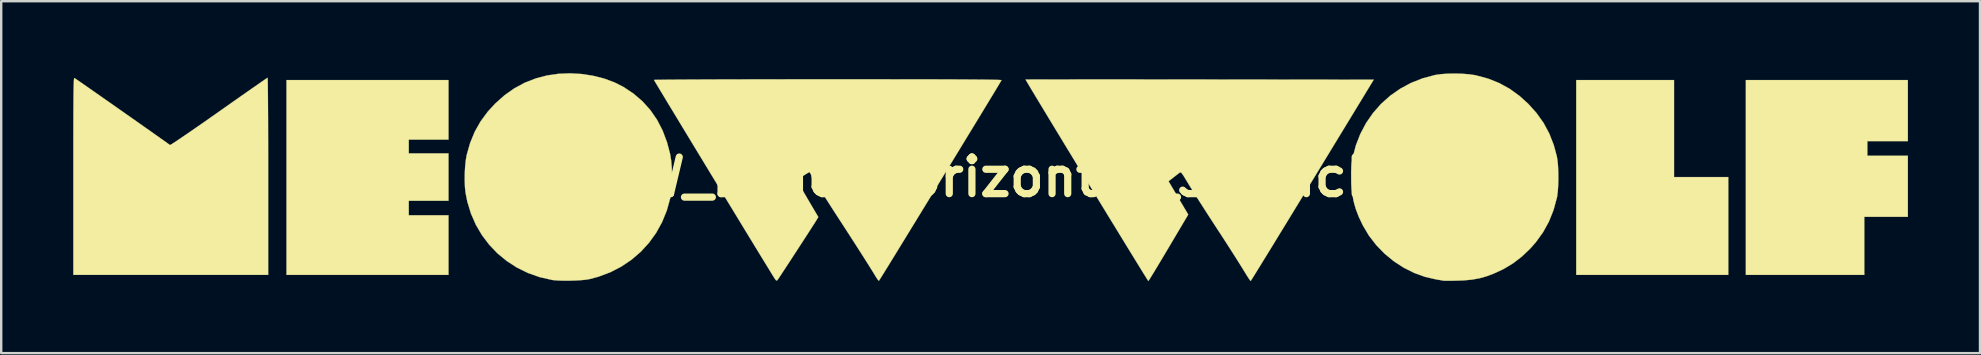
<source format=kicad_pcb>
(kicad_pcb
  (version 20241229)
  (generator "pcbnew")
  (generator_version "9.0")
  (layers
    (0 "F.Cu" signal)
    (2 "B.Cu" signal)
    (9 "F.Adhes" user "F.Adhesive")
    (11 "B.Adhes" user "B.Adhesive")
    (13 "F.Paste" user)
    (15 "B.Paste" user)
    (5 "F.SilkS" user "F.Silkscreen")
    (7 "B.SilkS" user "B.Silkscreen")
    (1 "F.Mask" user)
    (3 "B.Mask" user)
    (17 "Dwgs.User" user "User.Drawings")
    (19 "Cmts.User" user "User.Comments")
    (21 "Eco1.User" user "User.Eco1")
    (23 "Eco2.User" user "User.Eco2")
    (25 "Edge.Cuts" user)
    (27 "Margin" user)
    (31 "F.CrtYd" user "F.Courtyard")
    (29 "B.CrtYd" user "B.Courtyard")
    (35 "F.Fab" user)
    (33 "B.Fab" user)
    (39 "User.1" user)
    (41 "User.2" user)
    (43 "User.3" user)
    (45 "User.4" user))
  (footprint "MW_Logo_Horizontal_3.0inch"
    (layer "F.Cu")
    (at 38.2 4.327)
    (property "Reference" "MW_Logo_Horizontal_3.0inch" (at 0 0 0) (layer "F.SilkS") (effects (font (size 1.524 1.524) (thickness 0.3))))
    (attr through_hole)
    (fp_poly (pts (xy 28.487 0) (xy 30.747 0) (xy 30.747 4.074) (xy 24.413 4.074) (xy 24.413 -4.042) (xy 28.487 -4.042) (xy 28.487 0)) (stroke (width 0.01) (type solid)) (fill yes) (layer "F.SilkS"))
    (fp_poly (pts (xy 38.227 -1.496) (xy 36.54 -1.496) (xy 36.54 -0.891) (xy 38.227 -0.891) (xy 38.227 1.655) (xy 36.413 1.655) (xy 36.413 4.074) (xy 31.479 4.074) (xy 31.479 -4.042) (xy 38.227 -4.042) (xy 38.227 -1.496)) (stroke (width 0.01) (type solid)) (fill yes) (layer "F.SilkS"))
    (fp_poly (pts (xy -22.567 -1.56) (xy -24.222 -1.56) (xy -24.222 -0.987) (xy -22.567 -0.987) (xy -22.567 0.987) (xy -24.222 0.987) (xy -24.222 1.591) (xy -22.567 1.591) (xy -22.567 4.074) (xy -29.315 4.074) (xy -29.315 -4.042) (xy -22.567 -4.042) (xy -22.567 -1.56)) (stroke (width 0.01) (type solid)) (fill yes) (layer "F.SilkS"))
    (fp_poly (pts (xy -17.017 -4.294) (xy -16.537 -4.22) (xy -16.076 -4.102) (xy -15.644 -3.941) (xy -15.282 -3.758) (xy -14.859 -3.477) (xy -14.484 -3.154) (xy -14.157 -2.791) (xy -13.878 -2.386) (xy -13.647 -1.94) (xy -13.463 -1.45) (xy -13.333 -0.955) (xy -13.292 -0.701) (xy -13.267 -0.406) (xy -13.256 -0.09) (xy -13.26 0.229) (xy -13.28 0.532) (xy -13.315 0.798) (xy -13.331 0.883) (xy -13.473 1.394) (xy -13.669 1.875) (xy -13.917 2.324) (xy -14.214 2.736) (xy -14.555 3.109) (xy -14.94 3.44) (xy -15.363 3.726) (xy -15.823 3.963) (xy -16.316 4.149) (xy -16.695 4.25) (xy -16.846 4.275) (xy -17.045 4.294) (xy -17.274 4.308) (xy -17.517 4.315) (xy -17.758 4.316) (xy -17.98 4.309) (xy -18.168 4.296) (xy -18.254 4.284) (xy -18.77 4.167) (xy -19.258 3.994) (xy -19.716 3.77) (xy -20.139 3.496) (xy -20.526 3.178) (xy -20.871 2.817) (xy -21.173 2.418) (xy -21.428 1.984) (xy -21.632 1.517) (xy -21.783 1.022) (xy -21.856 0.653) (xy -21.881 0.421) (xy -21.892 0.152) (xy -21.89 -0.136) (xy -21.875 -0.422) (xy -21.849 -0.686) (xy -21.811 -0.908) (xy -21.808 -0.923) (xy -21.664 -1.426) (xy -21.473 -1.89) (xy -21.23 -2.32) (xy -20.933 -2.723) (xy -20.628 -3.056) (xy -20.234 -3.408) (xy -19.819 -3.701) (xy -19.378 -3.937) (xy -18.91 -4.117) (xy -18.454 -4.235) (xy -17.986 -4.303) (xy -17.504 -4.322) (xy -17.017 -4.294)) (stroke (width 0.01) (type solid)) (fill yes) (layer "F.SilkS"))
    (fp_poly (pts (xy -30.1 -4.107) (xy -30.097 -4.016) (xy -30.094 -3.868) (xy -30.092 -3.669) (xy -30.089 -3.42) (xy -30.087 -3.127) (xy -30.085 -2.793) (xy -30.083 -2.421) (xy -30.082 -2.016) (xy -30.081 -1.58) (xy -30.08 -1.119) (xy -30.079 -0.635) (xy -30.079 -0.132) (xy -30.079 -0.032) (xy -30.079 4.074) (xy -38.195 4.074) (xy -38.195 -0.035) (xy -38.195 -0.637) (xy -38.195 -1.179) (xy -38.195 -1.663) (xy -38.194 -2.093) (xy -38.193 -2.471) (xy -38.192 -2.801) (xy -38.19 -3.086) (xy -38.188 -3.329) (xy -38.186 -3.533) (xy -38.183 -3.7) (xy -38.18 -3.835) (xy -38.176 -3.94) (xy -38.172 -4.019) (xy -38.167 -4.074) (xy -38.162 -4.108) (xy -38.156 -4.124) (xy -38.15 -4.127) (xy -38.119 -4.107) (xy -38.042 -4.054) (xy -37.922 -3.972) (xy -37.766 -3.863) (xy -37.576 -3.731) (xy -37.36 -3.58) (xy -37.121 -3.413) (xy -36.864 -3.233) (xy -36.594 -3.044) (xy -36.317 -2.85) (xy -36.037 -2.654) (xy -35.759 -2.459) (xy -35.489 -2.269) (xy -35.23 -2.086) (xy -34.988 -1.916) (xy -34.768 -1.761) (xy -34.574 -1.624) (xy -34.412 -1.51) (xy -34.287 -1.42) (xy -34.203 -1.36) (xy -34.169 -1.335) (xy -34.138 -1.349) (xy -34.06 -1.397) (xy -33.936 -1.477) (xy -33.773 -1.587) (xy -33.572 -1.723) (xy -33.338 -1.883) (xy -33.075 -2.065) (xy -32.786 -2.265) (xy -32.475 -2.483) (xy -32.146 -2.714) (xy -32.132 -2.724) (xy -31.813 -2.948) (xy -31.51 -3.162) (xy -31.225 -3.361) (xy -30.964 -3.544) (xy -30.73 -3.708) (xy -30.526 -3.849) (xy -30.358 -3.966) (xy -30.229 -4.054) (xy -30.143 -4.112) (xy -30.105 -4.137) (xy -30.103 -4.138) (xy -30.1 -4.107)) (stroke (width 0.01) (type solid)) (fill yes) (layer "F.SilkS"))
    (fp_poly (pts (xy 19.64 -4.306) (xy 19.923 -4.285) (xy 20.171 -4.251) (xy 20.235 -4.238) (xy 20.739 -4.102) (xy 21.206 -3.916) (xy 21.641 -3.677) (xy 22.05 -3.381) (xy 22.41 -3.056) (xy 22.759 -2.668) (xy 23.052 -2.256) (xy 23.29 -1.814) (xy 23.476 -1.338) (xy 23.606 -0.858) (xy 23.635 -0.675) (xy 23.655 -0.446) (xy 23.666 -0.188) (xy 23.668 0.082) (xy 23.661 0.347) (xy 23.645 0.591) (xy 23.62 0.795) (xy 23.607 0.859) (xy 23.467 1.374) (xy 23.275 1.854) (xy 23.029 2.3) (xy 22.728 2.717) (xy 22.493 2.982) (xy 22.144 3.314) (xy 21.783 3.591) (xy 21.399 3.822) (xy 21.31 3.867) (xy 20.981 4.018) (xy 20.678 4.133) (xy 20.38 4.216) (xy 20.071 4.271) (xy 19.732 4.303) (xy 19.464 4.313) (xy 19.282 4.317) (xy 19.12 4.318) (xy 18.99 4.318) (xy 18.904 4.317) (xy 18.875 4.314) (xy 18.822 4.304) (xy 18.725 4.287) (xy 18.605 4.267) (xy 18.588 4.265) (xy 18.118 4.158) (xy 17.661 3.992) (xy 17.222 3.772) (xy 16.809 3.503) (xy 16.426 3.188) (xy 16.081 2.833) (xy 15.779 2.441) (xy 15.527 2.019) (xy 15.52 2.005) (xy 15.351 1.649) (xy 15.224 1.316) (xy 15.134 0.988) (xy 15.077 0.647) (xy 15.048 0.276) (xy 15.043 0.016) (xy 15.045 -0.248) (xy 15.054 -0.464) (xy 15.071 -0.643) (xy 15.097 -0.802) (xy 15.098 -0.807) (xy 15.232 -1.32) (xy 15.421 -1.804) (xy 15.661 -2.256) (xy 15.95 -2.673) (xy 16.285 -3.052) (xy 16.661 -3.388) (xy 17.077 -3.679) (xy 17.527 -3.922) (xy 18.01 -4.113) (xy 18.522 -4.25) (xy 18.546 -4.255) (xy 18.775 -4.288) (xy 19.047 -4.307) (xy 19.342 -4.313) (xy 19.64 -4.306)) (stroke (width 0.01) (type solid)) (fill yes) (layer "F.SilkS"))
    (fp_poly (pts (xy 5.255 -4.069) (xy 5.831 -4.069) (xy 6.433 -4.068) (xy 7.06 -4.068) (xy 7.708 -4.067) (xy 8.374 -4.067) (xy 8.731 -4.066) (xy 15.977 -4.058) (xy 13.424 0.135) (xy 13.135 0.608) (xy 12.856 1.066) (xy 12.587 1.506) (xy 12.331 1.925) (xy 12.089 2.32) (xy 11.864 2.689) (xy 11.656 3.028) (xy 11.468 3.334) (xy 11.301 3.605) (xy 11.158 3.837) (xy 11.04 4.028) (xy 10.949 4.175) (xy 10.886 4.274) (xy 10.854 4.323) (xy 10.85 4.328) (xy 10.827 4.303) (xy 10.778 4.234) (xy 10.713 4.134) (xy 10.661 4.05) (xy 10.518 3.818) (xy 10.347 3.544) (xy 10.156 3.242) (xy 9.952 2.923) (xy 9.744 2.6) (xy 9.538 2.284) (xy 9.522 2.26) (xy 9.303 1.924) (xy 9.086 1.589) (xy 8.876 1.262) (xy 8.678 0.953) (xy 8.498 0.669) (xy 8.341 0.418) (xy 8.212 0.208) (xy 8.167 0.133) (xy 8.079 -0.013) (xy 8.015 -0.111) (xy 7.971 -0.169) (xy 7.939 -0.195) (xy 7.912 -0.196) (xy 7.893 -0.185) (xy 7.841 -0.146) (xy 7.755 -0.08) (xy 7.653 -0.001) (xy 7.632 0.015) (xy 7.429 0.174) (xy 8.249 1.561) (xy 7.428 2.945) (xy 7.268 3.215) (xy 7.117 3.467) (xy 6.979 3.697) (xy 6.857 3.899) (xy 6.754 4.068) (xy 6.673 4.199) (xy 6.617 4.287) (xy 6.59 4.327) (xy 6.588 4.329) (xy 6.569 4.302) (xy 6.519 4.224) (xy 6.44 4.097) (xy 6.333 3.925) (xy 6.201 3.71) (xy 6.044 3.455) (xy 5.865 3.164) (xy 5.665 2.839) (xy 5.447 2.483) (xy 5.212 2.098) (xy 4.961 1.689) (xy 4.698 1.258) (xy 4.423 0.807) (xy 4.138 0.34) (xy 4.015 0.139) (xy 3.727 -0.334) (xy 3.449 -0.792) (xy 3.181 -1.232) (xy 2.926 -1.652) (xy 2.686 -2.047) (xy 2.462 -2.416) (xy 2.257 -2.756) (xy 2.071 -3.063) (xy 1.907 -3.334) (xy 1.767 -3.567) (xy 1.652 -3.759) (xy 1.564 -3.907) (xy 1.505 -4.007) (xy 1.476 -4.057) (xy 1.474 -4.063) (xy 1.506 -4.064) (xy 1.6 -4.065) (xy 1.751 -4.066) (xy 1.957 -4.066) (xy 2.216 -4.067) (xy 2.524 -4.068) (xy 2.879 -4.068) (xy 3.278 -4.068) (xy 3.718 -4.069) (xy 4.196 -4.069) (xy 4.709 -4.069) (xy 5.255 -4.069)) (stroke (width 0.01) (type solid)) (fill yes) (layer "F.SilkS"))
    (fp_poly (pts (xy -5.933 -4.074) (xy -5.166 -4.074) (xy -4.459 -4.074) (xy -3.81 -4.073) (xy -3.216 -4.072) (xy -2.675 -4.072) (xy -2.186 -4.071) (xy -1.745 -4.069) (xy -1.352 -4.068) (xy -1.003 -4.066) (xy -0.698 -4.064) (xy -0.433 -4.062) (xy -0.206 -4.06) (xy -0.017 -4.057) (xy 0.138 -4.054) (xy 0.261 -4.051) (xy 0.353 -4.048) (xy 0.417 -4.044) (xy 0.455 -4.04) (xy 0.469 -4.035) (xy 0.469 -4.034) (xy 0.449 -3.999) (xy 0.398 -3.914) (xy 0.319 -3.781) (xy 0.214 -3.606) (xy 0.084 -3.391) (xy -0.068 -3.141) (xy -0.24 -2.858) (xy -0.429 -2.546) (xy -0.634 -2.209) (xy -0.853 -1.851) (xy -1.082 -1.475) (xy -1.32 -1.084) (xy -1.565 -0.682) (xy -1.815 -0.274) (xy -2.067 0.139) (xy -2.319 0.551) (xy -2.569 0.96) (xy -2.815 1.361) (xy -3.054 1.752) (xy -3.285 2.129) (xy -3.505 2.488) (xy -3.712 2.825) (xy -3.903 3.137) (xy -4.078 3.42) (xy -4.232 3.672) (xy -4.365 3.887) (xy -4.474 4.063) (xy -4.557 4.196) (xy -4.612 4.282) (xy -4.636 4.318) (xy -4.637 4.319) (xy -4.664 4.298) (xy -4.712 4.233) (xy -4.773 4.138) (xy -4.788 4.113) (xy -4.851 4.008) (xy -4.945 3.856) (xy -5.065 3.664) (xy -5.208 3.438) (xy -5.369 3.185) (xy -5.545 2.91) (xy -5.73 2.622) (xy -5.922 2.325) (xy -6.115 2.026) (xy -6.306 1.733) (xy -6.329 1.697) (xy -6.46 1.496) (xy -6.599 1.28) (xy -6.742 1.056) (xy -6.885 0.83) (xy -7.024 0.61) (xy -7.154 0.403) (xy -7.271 0.215) (xy -7.371 0.053) (xy -7.448 -0.076) (xy -7.5 -0.164) (xy -7.522 -0.206) (xy -7.549 -0.199) (xy -7.614 -0.164) (xy -7.705 -0.108) (xy -7.806 -0.041) (xy -7.907 0.03) (xy -7.992 0.094) (xy -8.03 0.126) (xy -8.021 0.158) (xy -7.983 0.238) (xy -7.92 0.357) (xy -7.836 0.51) (xy -7.735 0.688) (xy -7.62 0.885) (xy -7.608 0.906) (xy -7.161 1.664) (xy -7.22 1.763) (xy -7.26 1.829) (xy -7.329 1.937) (xy -7.421 2.081) (xy -7.533 2.255) (xy -7.66 2.452) (xy -7.799 2.666) (xy -7.944 2.89) (xy -8.092 3.117) (xy -8.239 3.342) (xy -8.379 3.558) (xy -8.51 3.758) (xy -8.627 3.935) (xy -8.725 4.084) (xy -8.8 4.198) (xy -8.849 4.27) (xy -8.865 4.293) (xy -8.896 4.311) (xy -8.931 4.29) (xy -8.981 4.222) (xy -8.986 4.213) (xy -9.025 4.152) (xy -9.093 4.042) (xy -9.188 3.887) (xy -9.308 3.691) (xy -9.451 3.458) (xy -9.615 3.19) (xy -9.797 2.892) (xy -9.995 2.567) (xy -10.207 2.22) (xy -10.431 1.852) (xy -10.664 1.469) (xy -10.905 1.073) (xy -11.151 0.668) (xy -11.4 0.259) (xy -11.65 -0.152) (xy -11.898 -0.561) (xy -12.143 -0.964) (xy -12.382 -1.358) (xy -12.613 -1.739) (xy -12.834 -2.103) (xy -13.042 -2.448) (xy -13.236 -2.768) (xy -13.414 -3.061) (xy -13.572 -3.323) (xy -13.709 -3.55) (xy -13.823 -3.739) (xy -13.911 -3.886) (xy -13.971 -3.987) (xy -14.002 -4.04) (xy -14.005 -4.046) (xy -13.974 -4.049) (xy -13.881 -4.052) (xy -13.73 -4.054) (xy -13.522 -4.057) (xy -13.261 -4.059) (xy -12.949 -4.061) (xy -12.588 -4.063) (xy -12.181 -4.065) (xy -11.73 -4.067) (xy -11.237 -4.069) (xy -10.707 -4.07) (xy -10.139 -4.071) (xy -9.539 -4.072) (xy -8.906 -4.073) (xy -8.245 -4.074) (xy -7.558 -4.074) (xy -6.847 -4.074) (xy -6.76 -4.074) (xy -5.933 -4.074)) (stroke (width 0.01) (type solid)) (fill yes) (layer "F.SilkS")))
  (gr_rect
    (start -3 -3)
    (end 79.433 11.661)
    (stroke (width 0.1) (type default))
    (fill no)
    (layer "Edge.Cuts")))
</source>
